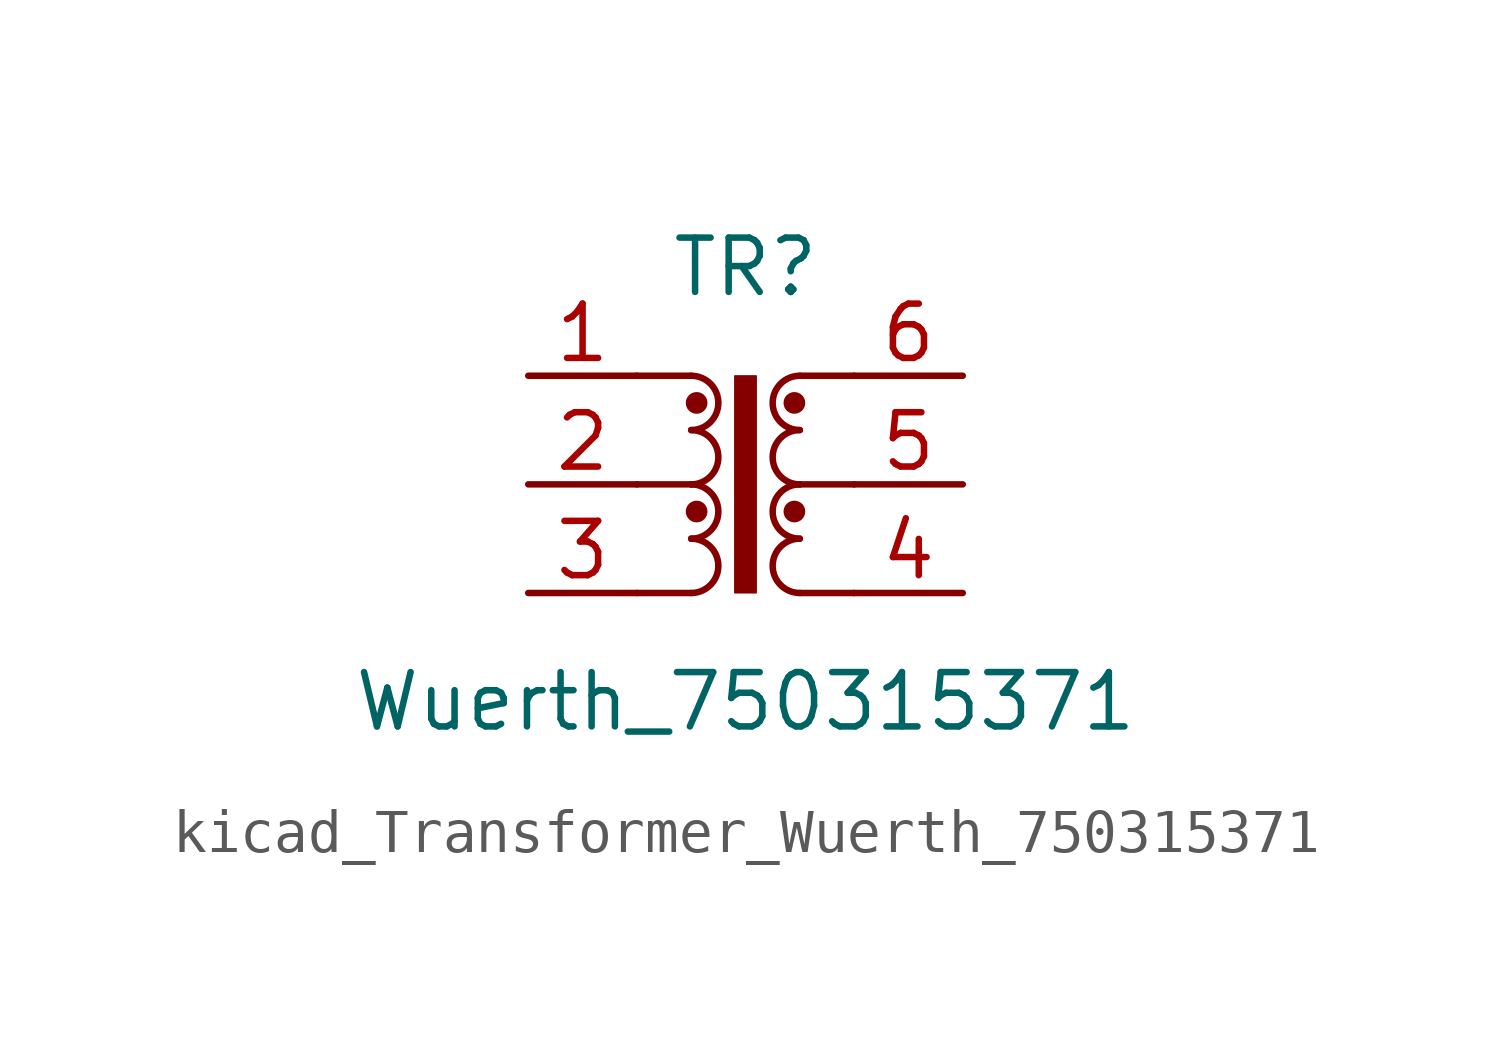
<source format=kicad_sym>
(kicad_symbol_lib
  (version 20220914)
  (generator kicad_symbol_editor)
  (symbol "kicad_Transformer_Wuerth_750315371"
    (property "Reference" "TR"
      (at 0 5.08 0)
      (effects (font (size 1.27 1.27))))
    (property "Value" "Wuerth_750315371"
      (at 0 -5.08 0)
      (effects (font (size 1.27 1.27))))
    (symbol "kicad_Transformer_Wuerth_750315371_0_1"
      (arc (start -1.27 -2.54) (mid -0.6377 -1.905) (end -1.27 -1.27) (stroke (width 0) (type default)) (fill (type none)))
      (arc (start -1.27 -1.27) (mid -0.6377 -0.635) (end -1.27 0) (stroke (width 0) (type default)) (fill (type none)))
      (rectangle (start -0.254 2.54) (end 0.254 -2.54) (stroke (width 0.025) (type default)) (fill (type outline)))
      (polyline (pts (xy -2.54 -2.54) (xy -1.27 -2.54)) (stroke (width 0) (type default)) (fill (type none)))
      (polyline (pts (xy -2.54 0) (xy -1.27 0)) (stroke (width 0) (type default)) (fill (type none)))
      (polyline (pts (xy -2.54 2.54) (xy -1.27 2.54)) (stroke (width 0) (type default)) (fill (type none)))
      (polyline (pts (xy 1.27 -2.54) (xy 2.54 -2.54)) (stroke (width 0) (type default)) (fill (type none)))
      (polyline (pts (xy 1.27 0) (xy 2.54 0)) (stroke (width 0) (type default)) (fill (type none)))
      (polyline (pts (xy 1.27 2.54) (xy 2.54 2.54)) (stroke (width 0) (type default)) (fill (type none))))
    (symbol "kicad_Transformer_Wuerth_750315371_1_1"
      (arc (start -1.27 0) (mid -0.6377 0.635) (end -1.27 1.27) (stroke (width 0) (type default)) (fill (type none)))
      (arc (start -1.27 1.27) (mid -0.6377 1.905) (end -1.27 2.54) (stroke (width 0) (type default)) (fill (type none)))
      (circle (center -1.143 -0.635) (radius 0.127) (stroke (width 0.254) (type default)) (fill (type none)))
      (circle (center -1.143 1.905) (radius 0.127) (stroke (width 0.254) (type default)) (fill (type none)))
      (circle (center 1.143 -0.635) (radius 0.127) (stroke (width 0.254) (type default)) (fill (type none)))
      (circle (center 1.143 1.905) (radius 0.127) (stroke (width 0.254) (type default)) (fill (type none)))
      (arc (start 1.27 -1.27) (mid 0.6377 -1.905) (end 1.27 -2.54) (stroke (width 0) (type default)) (fill (type none)))
      (arc (start 1.27 0) (mid 0.6377 -0.635) (end 1.27 -1.27) (stroke (width 0) (type default)) (fill (type none)))
      (arc (start 1.27 1.27) (mid 0.6377 0.635) (end 1.27 0) (stroke (width 0) (type default)) (fill (type none)))
      (arc (start 1.27 2.54) (mid 0.6377 1.905) (end 1.27 1.27) (stroke (width 0) (type default)) (fill (type none)))
      (pin passive line (at -5.08 2.54 0) (length 2.54) (name "~" (effects (font (size 1.27 1.27)))) (number "1" (effects (font (size 1.27 1.27)))))
      (pin passive line (at -5.08 0 0) (length 2.54) (name "~" (effects (font (size 1.27 1.27)))) (number "2" (effects (font (size 1.27 1.27)))))
      (pin passive line (at -5.08 -2.54 0) (length 2.54) (name "~" (effects (font (size 1.27 1.27)))) (number "3" (effects (font (size 1.27 1.27)))))
      (pin passive line (at 5.08 -2.54 180) (length 2.54) (name "~" (effects (font (size 1.27 1.27)))) (number "4" (effects (font (size 1.27 1.27)))))
      (pin passive line (at 5.08 0 180) (length 2.54) (name "~" (effects (font (size 1.27 1.27)))) (number "5" (effects (font (size 1.27 1.27)))))
      (pin passive line (at 5.08 2.54 180) (length 2.54) (name "~" (effects (font (size 1.27 1.27)))) (number "6" (effects (font (size 1.27 1.27))))))))
</source>
